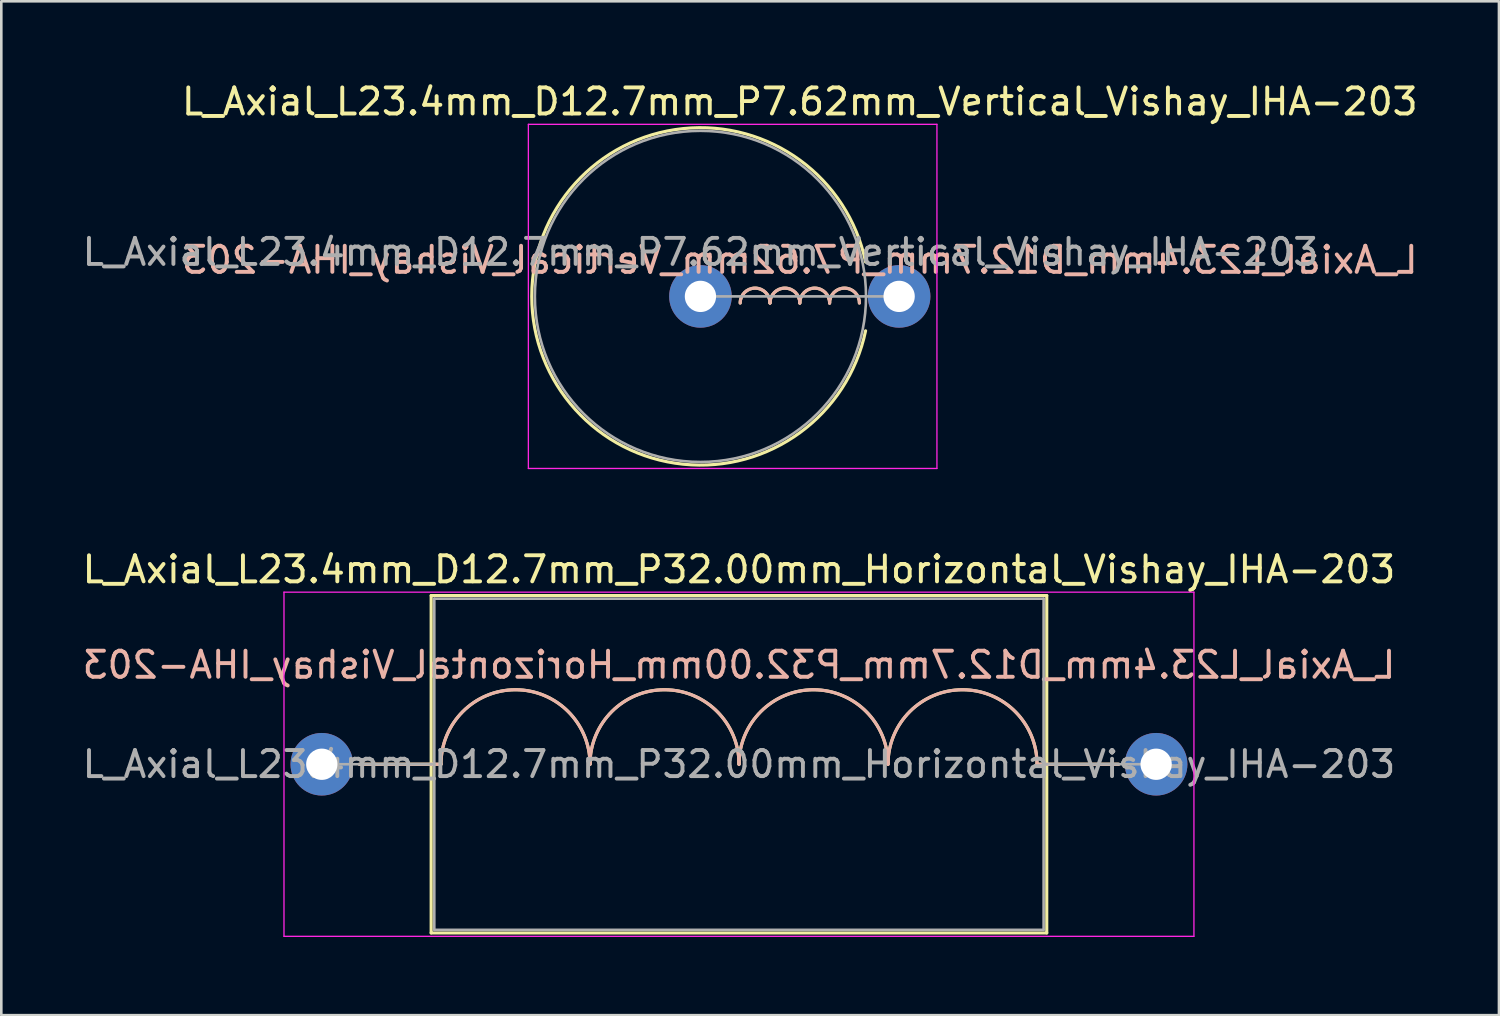
<source format=kicad_pcb>
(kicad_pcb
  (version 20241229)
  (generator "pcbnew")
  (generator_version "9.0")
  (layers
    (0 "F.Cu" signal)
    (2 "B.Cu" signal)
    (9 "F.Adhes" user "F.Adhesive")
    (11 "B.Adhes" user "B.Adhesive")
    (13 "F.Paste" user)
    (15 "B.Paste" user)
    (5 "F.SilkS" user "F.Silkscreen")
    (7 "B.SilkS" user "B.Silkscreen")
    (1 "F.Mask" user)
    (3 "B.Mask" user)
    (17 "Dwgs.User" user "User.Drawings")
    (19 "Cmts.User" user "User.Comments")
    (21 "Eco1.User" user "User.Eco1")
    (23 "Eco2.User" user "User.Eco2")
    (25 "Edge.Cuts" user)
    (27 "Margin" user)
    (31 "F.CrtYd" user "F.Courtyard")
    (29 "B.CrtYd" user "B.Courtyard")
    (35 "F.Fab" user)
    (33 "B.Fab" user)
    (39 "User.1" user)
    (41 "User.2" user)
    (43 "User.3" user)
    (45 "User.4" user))
  (footprint "L_Axial_L23.4mm_D12.7mm_P7.62mm_Vertical_Vishay_IHA-203"
    (layer "F.Cu")
    (at 23.815 8.318)
    (property "Reference" "L_Axial_L23.4mm_D12.7mm_P7.62mm_Vertical_Vishay_IHA-203" (at 3.81 -7.47 0) (layer "F.SilkS") (effects (font (size 1 1) (thickness 0.15))))
    (fp_arc (start 1.524 0.254) (mid 2.0955 -0.3175) (end 2.667 0.254) (stroke (width 0.12) (type solid)) (layer "F.SilkS"))
    (fp_arc (start 2.667 0.254) (mid 3.2385 -0.3175) (end 3.81 0.254) (stroke (width 0.12) (type solid)) (layer "F.SilkS"))
    (fp_arc (start 3.81 0.254) (mid 4.3815 -0.3175) (end 4.953 0.254) (stroke (width 0.12) (type solid)) (layer "F.SilkS"))
    (fp_arc (start 4.953 0.254) (mid 5.5245 -0.3175) (end 6.096 0.254) (stroke (width 0.12) (type solid)) (layer "F.SilkS"))
    (fp_arc (start 6.333917 1.32) (mid -6.47 0) (end 6.333917 -1.32) (stroke (width 0.12) (type solid)) (layer "F.SilkS"))
    (fp_arc (start 1.524 0.254) (mid 2.0955 -0.3175) (end 2.667 0.254) (stroke (width 0.12) (type solid)) (layer "B.SilkS"))
    (fp_arc (start 2.667 0.254) (mid 3.2385 -0.3175) (end 3.81 0.254) (stroke (width 0.12) (type solid)) (layer "B.SilkS"))
    (fp_arc (start 3.81 0.254) (mid 4.3815 -0.3175) (end 4.953 0.254) (stroke (width 0.12) (type solid)) (layer "B.SilkS"))
    (fp_arc (start 4.953 0.254) (mid 5.5245 -0.3175) (end 6.096 0.254) (stroke (width 0.12) (type solid)) (layer "B.SilkS"))
    (fp_line (start -6.6 -6.6) (end -6.6 6.6) (stroke (width 0.05) (type solid)) (layer "F.CrtYd"))
    (fp_line (start -6.6 6.6) (end 9.07 6.6) (stroke (width 0.05) (type solid)) (layer "F.CrtYd"))
    (fp_line (start 9.07 -6.6) (end -6.6 -6.6) (stroke (width 0.05) (type solid)) (layer "F.CrtYd"))
    (fp_line (start 9.07 6.6) (end 9.07 -6.6) (stroke (width 0.05) (type solid)) (layer "F.CrtYd"))
    (fp_line (start 0 0) (end 7.62 0) (stroke (width 0.1) (type solid)) (layer "F.Fab"))
    (fp_circle (center 0 0) (end 6.35 0) (stroke (width 0.1) (type solid)) (fill no) (layer "F.Fab"))
    (fp_text user "${REFERENCE}" (at 3.81 -1.397 0) (layer "B.SilkS") (effects (font (size 1 1) (thickness 0.15)) (justify mirror)))
    (fp_text user "${REFERENCE}" (at 0 -1.7 0) (layer "F.Fab") (effects (font (size 1 1) (thickness 0.15))))
    (pad "1" thru_hole circle (at 0 0) (size 2.4 2.4) (drill 1.2) (layers "*.Cu" "*.Mask"))
    (pad "2" thru_hole oval (at 7.62 0) (size 2.4 2.4) (drill 1.2) (layers "*.Cu" "*.Mask")))
  (footprint "L_Axial_L23.4mm_D12.7mm_P32.00mm_Horizontal_Vishay_IHA-203"
    (layer "F.Cu")
    (at 9.292 26.262)
    (property "Reference" "L_Axial_L23.4mm_D12.7mm_P32.00mm_Horizontal_Vishay_IHA-203" (at 16 -7.47 0) (layer "F.SilkS") (effects (font (size 1 1) (thickness 0.15))))
    (fp_line (start 1.44 0) (end 4.195 0) (stroke (width 0.12) (type solid)) (layer "F.SilkS"))
    (fp_line (start 4.195 -6.47) (end 4.195 6.47) (stroke (width 0.12) (type solid)) (layer "F.SilkS"))
    (fp_line (start 4.195 6.47) (end 27.805 6.47) (stroke (width 0.12) (type solid)) (layer "F.SilkS"))
    (fp_line (start 4.572 0) (end 4.191 0) (stroke (width 0.12) (type solid)) (layer "F.SilkS"))
    (fp_line (start 27.432 0) (end 27.813 0) (stroke (width 0.12) (type solid)) (layer "F.SilkS"))
    (fp_line (start 27.805 -6.47) (end 4.195 -6.47) (stroke (width 0.12) (type solid)) (layer "F.SilkS"))
    (fp_line (start 27.805 6.47) (end 27.805 -6.47) (stroke (width 0.12) (type solid)) (layer "F.SilkS"))
    (fp_line (start 30.56 0) (end 27.805 0) (stroke (width 0.12) (type solid)) (layer "F.SilkS"))
    (fp_arc (start 4.572 0) (mid 7.4295 -2.8575) (end 10.287 0) (stroke (width 0.12) (type solid)) (layer "F.SilkS"))
    (fp_arc (start 10.287 0) (mid 13.1445 -2.8575) (end 16.002 0) (stroke (width 0.12) (type solid)) (layer "F.SilkS"))
    (fp_arc (start 16.002 0) (mid 18.8595 -2.8575) (end 21.717 0) (stroke (width 0.12) (type solid)) (layer "F.SilkS"))
    (fp_arc (start 21.717 0) (mid 24.5745 -2.8575) (end 27.432 0) (stroke (width 0.12) (type solid)) (layer "F.SilkS"))
    (fp_line (start 1.444 0) (end 4.199 0) (stroke (width 0.12) (type solid)) (layer "B.SilkS"))
    (fp_line (start 4.572 0) (end 4.191 0) (stroke (width 0.12) (type solid)) (layer "B.SilkS"))
    (fp_line (start 27.432 0) (end 27.813 0) (stroke (width 0.12) (type solid)) (layer "B.SilkS"))
    (fp_line (start 30.564 0) (end 27.809 0) (stroke (width 0.12) (type solid)) (layer "B.SilkS"))
    (fp_arc (start 4.572 0) (mid 7.4295 -2.8575) (end 10.287 0) (stroke (width 0.12) (type solid)) (layer "B.SilkS"))
    (fp_arc (start 10.287 0) (mid 13.1445 -2.8575) (end 16.002 0) (stroke (width 0.12) (type solid)) (layer "B.SilkS"))
    (fp_arc (start 16.002 0) (mid 18.8595 -2.8575) (end 21.717 0) (stroke (width 0.12) (type solid)) (layer "B.SilkS"))
    (fp_arc (start 21.717 0) (mid 24.5745 -2.8575) (end 27.432 0) (stroke (width 0.12) (type solid)) (layer "B.SilkS"))
    (fp_line (start -1.45 -6.6) (end -1.45 6.6) (stroke (width 0.05) (type solid)) (layer "F.CrtYd"))
    (fp_line (start -1.45 6.6) (end 33.45 6.6) (stroke (width 0.05) (type solid)) (layer "F.CrtYd"))
    (fp_line (start 33.45 -6.6) (end -1.45 -6.6) (stroke (width 0.05) (type solid)) (layer "F.CrtYd"))
    (fp_line (start 33.45 6.6) (end 33.45 -6.6) (stroke (width 0.05) (type solid)) (layer "F.CrtYd"))
    (fp_line (start 0 0) (end 4.315 0) (stroke (width 0.1) (type solid)) (layer "F.Fab"))
    (fp_line (start 4.315 -6.35) (end 4.315 6.35) (stroke (width 0.1) (type solid)) (layer "F.Fab"))
    (fp_line (start 4.315 6.35) (end 27.685 6.35) (stroke (width 0.1) (type solid)) (layer "F.Fab"))
    (fp_line (start 27.685 -6.35) (end 4.315 -6.35) (stroke (width 0.1) (type solid)) (layer "F.Fab"))
    (fp_line (start 27.685 6.35) (end 27.685 -6.35) (stroke (width 0.1) (type solid)) (layer "F.Fab"))
    (fp_line (start 32 0) (end 27.685 0) (stroke (width 0.1) (type solid)) (layer "F.Fab"))
    (fp_text user "${REFERENCE}" (at 16.002 -3.81 0) (layer "B.SilkS") (effects (font (size 1 1) (thickness 0.15)) (justify mirror)))
    (fp_text user "${REFERENCE}" (at 16 0 0) (layer "F.Fab") (effects (font (size 1 1) (thickness 0.15))))
    (pad "1" thru_hole circle (at 0 0) (size 2.4 2.4) (drill 1.2) (layers "*.Cu" "*.Mask"))
    (pad "2" thru_hole oval (at 32 0) (size 2.4 2.4) (drill 1.2) (layers "*.Cu" "*.Mask")))
  (gr_rect
    (start -3 -3)
    (end 54.441 35.886)
    (stroke (width 0.1) (type default))
    (fill no)
    (layer "Edge.Cuts")))
</source>
